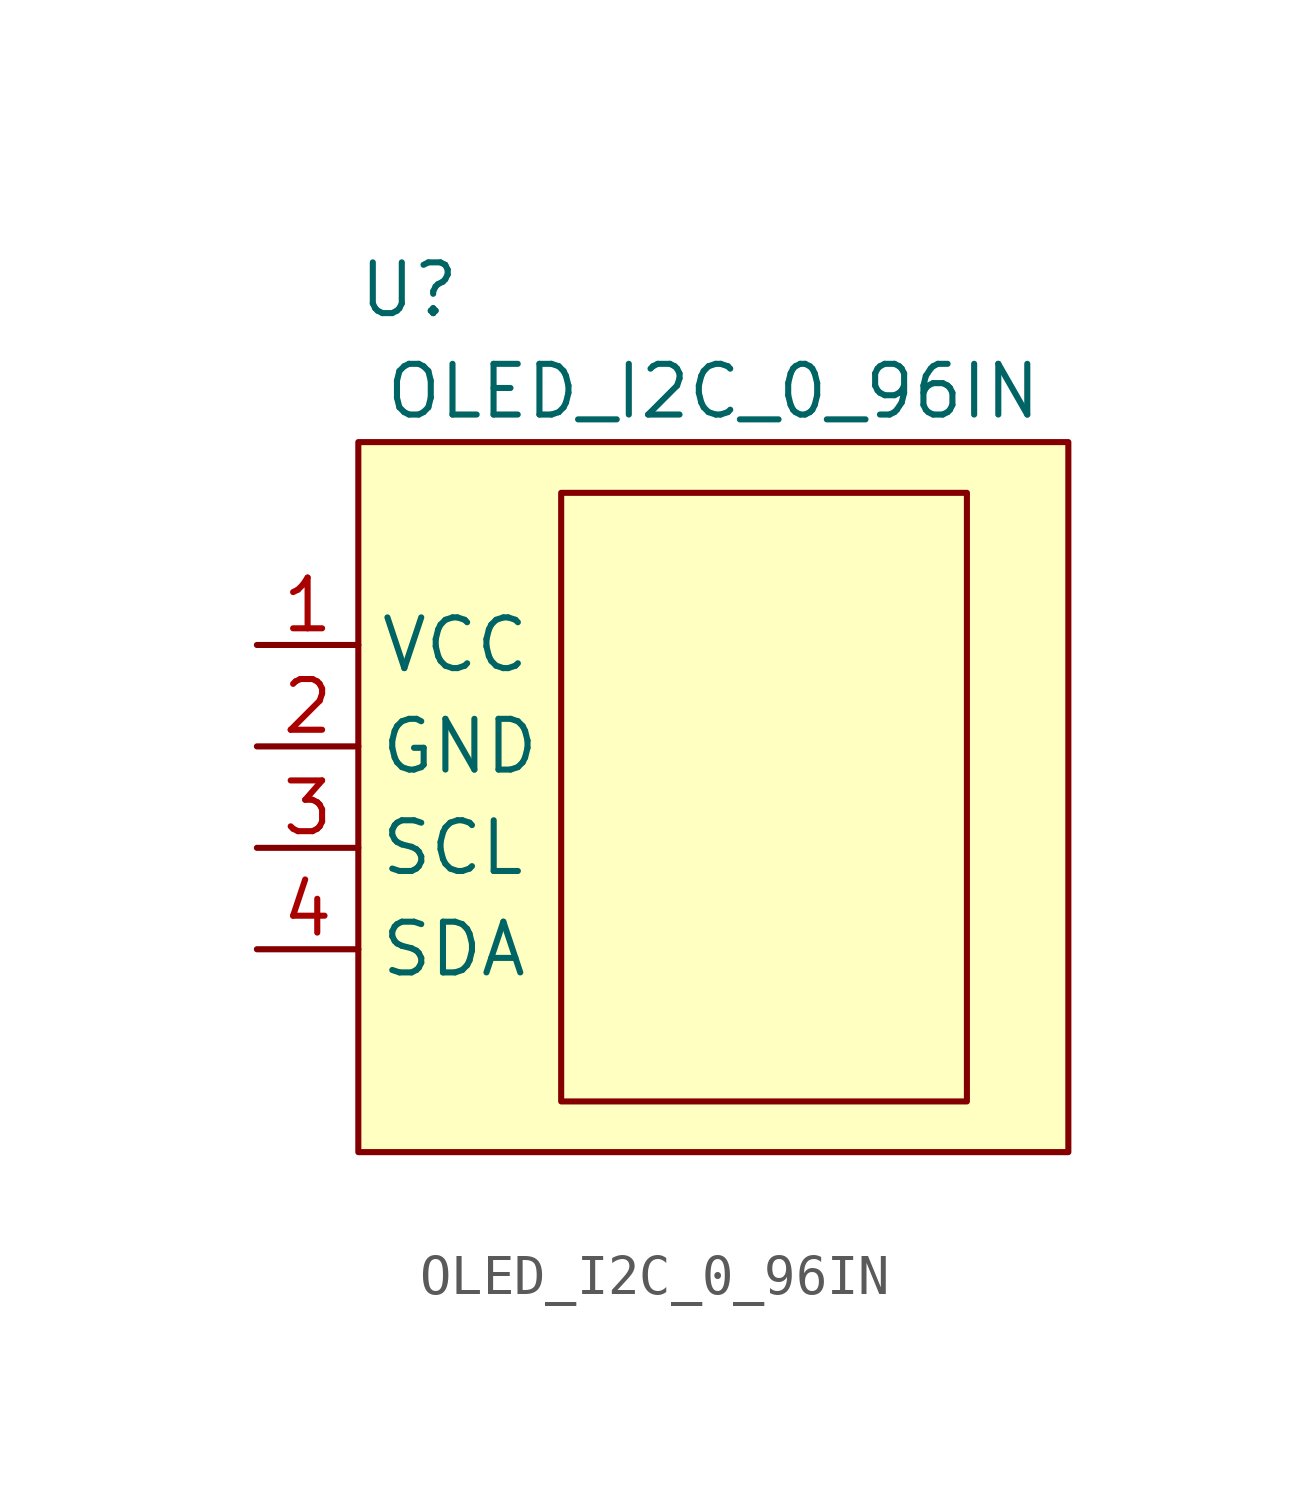
<source format=kicad_sym>
(kicad_symbol_lib
  (version 20211014)
  (generator kicad_symbol_editor)
  (symbol "OLED_I2C_0_96IN"
    (property "Reference" "U"
      (at 3.81 8.89 0)
      (effects (font (size 1.27 1.27))))
    (property "Value" "OLED_I2C_0_96IN"
      (at 11.43 6.35 0)
      (effects (font (size 1.27 1.27))))
    (symbol "OLED_I2C_0_96IN_0_0"
      (pin power_in line (at 0 0 0) (length 2.54) (name "VCC" (effects (font (size 1.27 1.27)))) (number "1" (effects (font (size 1.27 1.27)))))
      (pin power_in line (at 0 -2.54 0) (length 2.54) (name "GND" (effects (font (size 1.27 1.27)))) (number "2" (effects (font (size 1.27 1.27)))))
      (pin input line (at 0 -5.08 0) (length 2.54) (name "SCL" (effects (font (size 1.27 1.27)))) (number "3" (effects (font (size 1.27 1.27)))))
      (pin bidirectional line (at 0 -7.62 0) (length 2.54) (name "SDA" (effects (font (size 1.27 1.27)))) (number "4" (effects (font (size 1.27 1.27))))))
    (symbol "OLED_I2C_0_96IN_0_1"
      (rectangle (start 2.54 5.08) (end 20.32 -12.7) (stroke (width 0) (type default) (color 0 0 0 0)) (fill (type background)))
      (rectangle (start 7.62 3.81) (end 17.78 -11.43) (stroke (width 0) (type default) (color 0 0 0 0)) (fill (type none))))))
</source>
